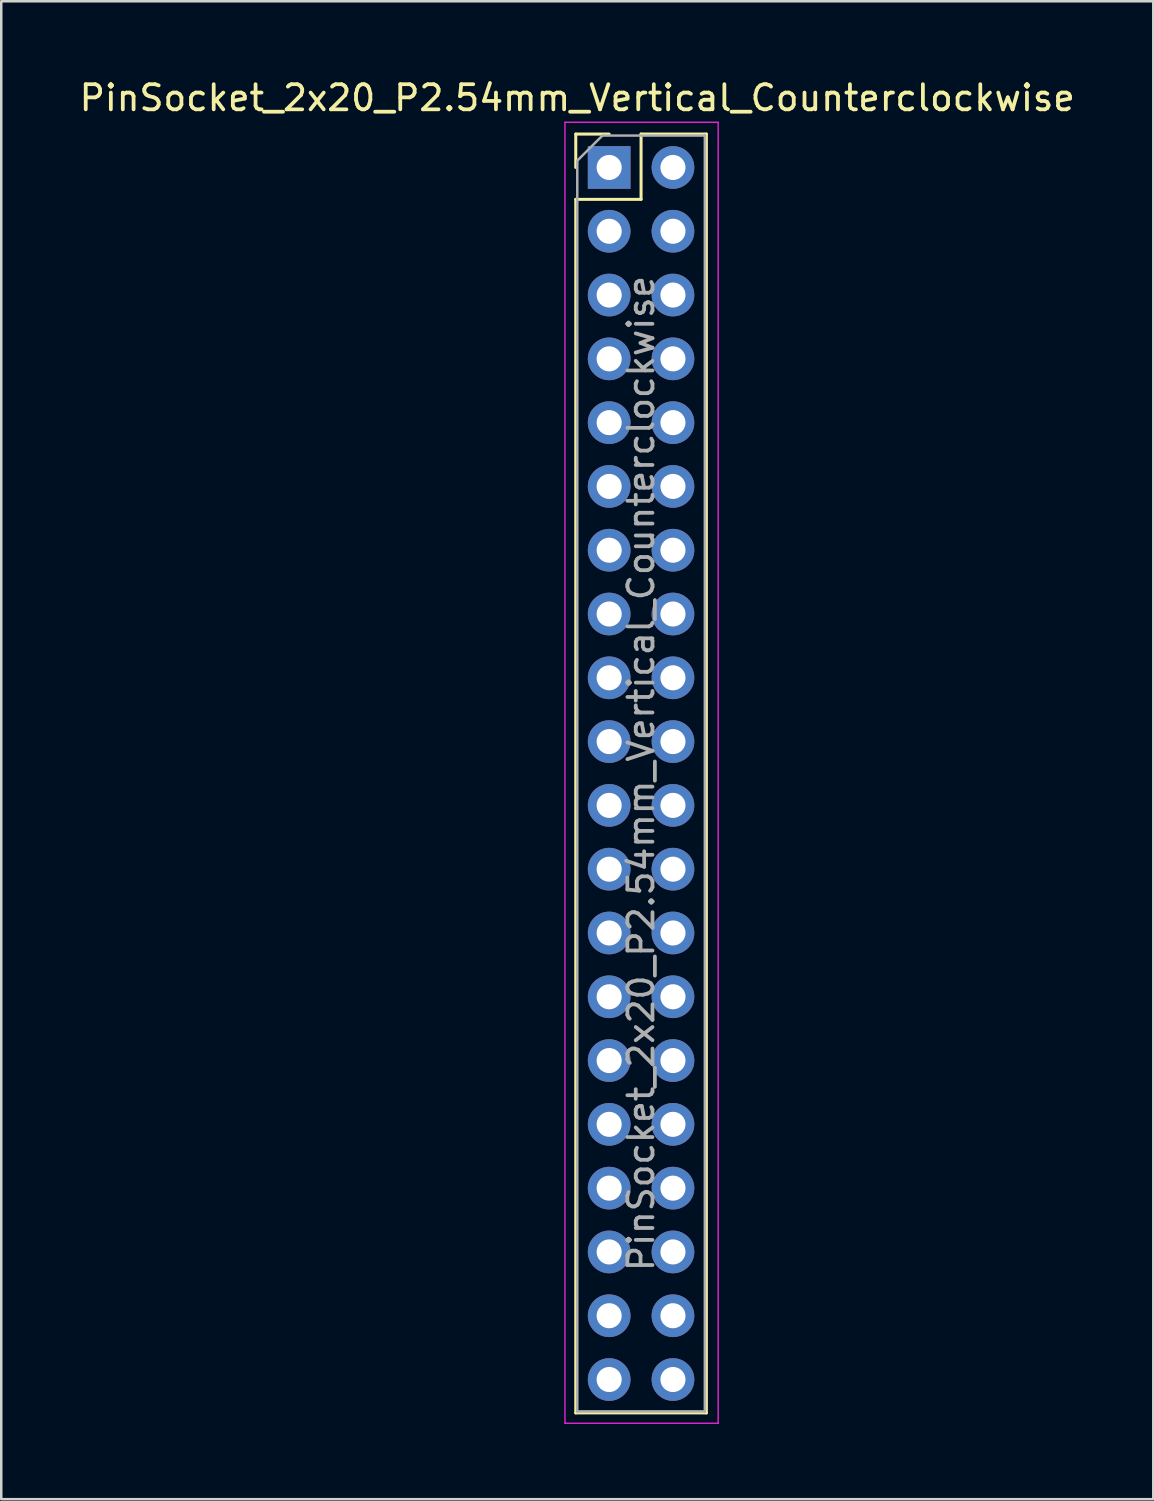
<source format=kicad_pcb>
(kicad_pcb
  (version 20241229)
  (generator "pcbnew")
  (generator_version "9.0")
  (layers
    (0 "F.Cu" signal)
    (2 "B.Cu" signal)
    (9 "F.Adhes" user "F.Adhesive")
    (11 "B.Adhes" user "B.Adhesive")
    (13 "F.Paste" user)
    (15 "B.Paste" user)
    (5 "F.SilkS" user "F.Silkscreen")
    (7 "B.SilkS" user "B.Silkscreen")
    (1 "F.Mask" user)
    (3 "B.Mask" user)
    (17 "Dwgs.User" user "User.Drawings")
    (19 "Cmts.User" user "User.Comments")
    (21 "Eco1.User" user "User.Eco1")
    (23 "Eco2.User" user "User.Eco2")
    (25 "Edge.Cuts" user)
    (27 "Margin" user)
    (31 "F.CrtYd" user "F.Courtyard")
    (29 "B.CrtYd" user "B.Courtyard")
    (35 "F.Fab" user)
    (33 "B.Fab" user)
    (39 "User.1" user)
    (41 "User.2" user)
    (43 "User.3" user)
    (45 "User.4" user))
  (footprint "PinSocket_2x20_P2.54mm_Vertical_Counterclockwise"
    (layer "F.Cu")
    (at 21.205 3.618)
    (property "Reference" "PinSocket_2x20_P2.54mm_Vertical_Counterclockwise" (at -1.27 -2.77 0) (layer "F.SilkS") (effects (font (size 1 1) (thickness 0.15))))
    (attr through_hole)
    (fp_line (start -1.33 -1.33) (end -1.33 0) (stroke (width 0.12) (type solid)) (layer "F.SilkS"))
    (fp_line (start -1.33 1.27) (end -1.33 49.59) (stroke (width 0.12) (type solid)) (layer "F.SilkS"))
    (fp_line (start 0 -1.33) (end -1.33 -1.33) (stroke (width 0.12) (type solid)) (layer "F.SilkS"))
    (fp_line (start 1.27 -1.33) (end 1.27 1.27) (stroke (width 0.12) (type solid)) (layer "F.SilkS"))
    (fp_line (start 1.27 1.27) (end -1.33 1.27) (stroke (width 0.12) (type solid)) (layer "F.SilkS"))
    (fp_line (start 3.87 -1.33) (end 1.27 -1.33) (stroke (width 0.12) (type solid)) (layer "F.SilkS"))
    (fp_line (start 3.87 -1.33) (end 3.87 49.59) (stroke (width 0.12) (type solid)) (layer "F.SilkS"))
    (fp_line (start 3.87 49.59) (end -1.33 49.59) (stroke (width 0.12) (type solid)) (layer "F.SilkS"))
    (fp_line (start -1.76 -1.8) (end -1.76 50) (stroke (width 0.05) (type solid)) (layer "F.CrtYd"))
    (fp_line (start -1.76 50) (end 4.34 50) (stroke (width 0.05) (type solid)) (layer "F.CrtYd"))
    (fp_line (start 4.34 -1.8) (end -1.76 -1.8) (stroke (width 0.05) (type solid)) (layer "F.CrtYd"))
    (fp_line (start 4.34 50) (end 4.34 -1.8) (stroke (width 0.05) (type solid)) (layer "F.CrtYd"))
    (fp_line (start -1.27 -0.27) (end -1.27 49.53) (stroke (width 0.1) (type solid)) (layer "F.Fab"))
    (fp_line (start -1.27 49.53) (end 3.81 49.53) (stroke (width 0.1) (type solid)) (layer "F.Fab"))
    (fp_line (start -0.27 -1.27) (end -1.27 -0.27) (stroke (width 0.1) (type solid)) (layer "F.Fab"))
    (fp_line (start 3.81 -1.27) (end -0.27 -1.27) (stroke (width 0.1) (type solid)) (layer "F.Fab"))
    (fp_line (start 3.81 49.53) (end 3.81 -1.27) (stroke (width 0.1) (type solid)) (layer "F.Fab"))
    (fp_text user "${REFERENCE}" (at 1.27 24.13 90) (layer "F.Fab") (effects (font (size 1 1) (thickness 0.15))))
    (pad "1" thru_hole rect (at 0 0) (size 1.7 1.7) (drill 1) (layers "*.Cu" "*.Mask"))
    (pad "2" thru_hole oval (at 0 2.54) (size 1.7 1.7) (drill 1) (layers "*.Cu" "*.Mask"))
    (pad "3" thru_hole oval (at 0 5.08) (size 1.7 1.7) (drill 1) (layers "*.Cu" "*.Mask"))
    (pad "4" thru_hole oval (at 0 7.62) (size 1.7 1.7) (drill 1) (layers "*.Cu" "*.Mask"))
    (pad "5" thru_hole oval (at 0 10.16) (size 1.7 1.7) (drill 1) (layers "*.Cu" "*.Mask"))
    (pad "6" thru_hole oval (at 0 12.7) (size 1.7 1.7) (drill 1) (layers "*.Cu" "*.Mask"))
    (pad "7" thru_hole oval (at 0 15.24) (size 1.7 1.7) (drill 1) (layers "*.Cu" "*.Mask"))
    (pad "8" thru_hole oval (at 0 17.78) (size 1.7 1.7) (drill 1) (layers "*.Cu" "*.Mask"))
    (pad "9" thru_hole oval (at 0 20.32) (size 1.7 1.7) (drill 1) (layers "*.Cu" "*.Mask"))
    (pad "10" thru_hole oval (at 0 22.86) (size 1.7 1.7) (drill 1) (layers "*.Cu" "*.Mask"))
    (pad "11" thru_hole oval (at 0 25.4) (size 1.7 1.7) (drill 1) (layers "*.Cu" "*.Mask"))
    (pad "12" thru_hole oval (at 0 27.94) (size 1.7 1.7) (drill 1) (layers "*.Cu" "*.Mask"))
    (pad "13" thru_hole oval (at 0 30.48) (size 1.7 1.7) (drill 1) (layers "*.Cu" "*.Mask"))
    (pad "14" thru_hole oval (at 0 33.02) (size 1.7 1.7) (drill 1) (layers "*.Cu" "*.Mask"))
    (pad "15" thru_hole oval (at 0 35.56) (size 1.7 1.7) (drill 1) (layers "*.Cu" "*.Mask"))
    (pad "16" thru_hole oval (at 0 38.1) (size 1.7 1.7) (drill 1) (layers "*.Cu" "*.Mask"))
    (pad "17" thru_hole oval (at 0 40.64) (size 1.7 1.7) (drill 1) (layers "*.Cu" "*.Mask"))
    (pad "18" thru_hole oval (at 0 43.18) (size 1.7 1.7) (drill 1) (layers "*.Cu" "*.Mask"))
    (pad "19" thru_hole oval (at 0 45.72) (size 1.7 1.7) (drill 1) (layers "*.Cu" "*.Mask"))
    (pad "20" thru_hole oval (at 0 48.26) (size 1.7 1.7) (drill 1) (layers "*.Cu" "*.Mask"))
    (pad "21" thru_hole oval (at 2.54 48.26) (size 1.7 1.7) (drill 1) (layers "*.Cu" "*.Mask"))
    (pad "22" thru_hole oval (at 2.54 45.72) (size 1.7 1.7) (drill 1) (layers "*.Cu" "*.Mask"))
    (pad "23" thru_hole oval (at 2.54 43.18) (size 1.7 1.7) (drill 1) (layers "*.Cu" "*.Mask"))
    (pad "24" thru_hole oval (at 2.54 40.64) (size 1.7 1.7) (drill 1) (layers "*.Cu" "*.Mask"))
    (pad "25" thru_hole oval (at 2.54 38.1) (size 1.7 1.7) (drill 1) (layers "*.Cu" "*.Mask"))
    (pad "26" thru_hole oval (at 2.54 35.56) (size 1.7 1.7) (drill 1) (layers "*.Cu" "*.Mask"))
    (pad "27" thru_hole oval (at 2.54 33.02) (size 1.7 1.7) (drill 1) (layers "*.Cu" "*.Mask"))
    (pad "28" thru_hole oval (at 2.54 30.48) (size 1.7 1.7) (drill 1) (layers "*.Cu" "*.Mask"))
    (pad "29" thru_hole oval (at 2.54 27.94) (size 1.7 1.7) (drill 1) (layers "*.Cu" "*.Mask"))
    (pad "30" thru_hole oval (at 2.54 25.4) (size 1.7 1.7) (drill 1) (layers "*.Cu" "*.Mask"))
    (pad "31" thru_hole oval (at 2.54 22.86) (size 1.7 1.7) (drill 1) (layers "*.Cu" "*.Mask"))
    (pad "32" thru_hole oval (at 2.54 20.32) (size 1.7 1.7) (drill 1) (layers "*.Cu" "*.Mask"))
    (pad "33" thru_hole oval (at 2.54 17.78) (size 1.7 1.7) (drill 1) (layers "*.Cu" "*.Mask"))
    (pad "34" thru_hole oval (at 2.54 15.24) (size 1.7 1.7) (drill 1) (layers "*.Cu" "*.Mask"))
    (pad "35" thru_hole oval (at 2.54 12.7) (size 1.7 1.7) (drill 1) (layers "*.Cu" "*.Mask"))
    (pad "36" thru_hole oval (at 2.54 10.16) (size 1.7 1.7) (drill 1) (layers "*.Cu" "*.Mask"))
    (pad "37" thru_hole oval (at 2.54 7.62) (size 1.7 1.7) (drill 1) (layers "*.Cu" "*.Mask"))
    (pad "38" thru_hole oval (at 2.54 5.08) (size 1.7 1.7) (drill 1) (layers "*.Cu" "*.Mask"))
    (pad "39" thru_hole oval (at 2.54 2.54) (size 1.7 1.7) (drill 1) (layers "*.Cu" "*.Mask"))
    (pad "40" thru_hole oval (at 2.54 0) (size 1.7 1.7) (drill 1) (layers "*.Cu" "*.Mask")))
  (gr_rect
    (start -3 -3)
    (end 42.869 56.643)
    (stroke (width 0.1) (type default))
    (fill no)
    (layer "Edge.Cuts")))
</source>
